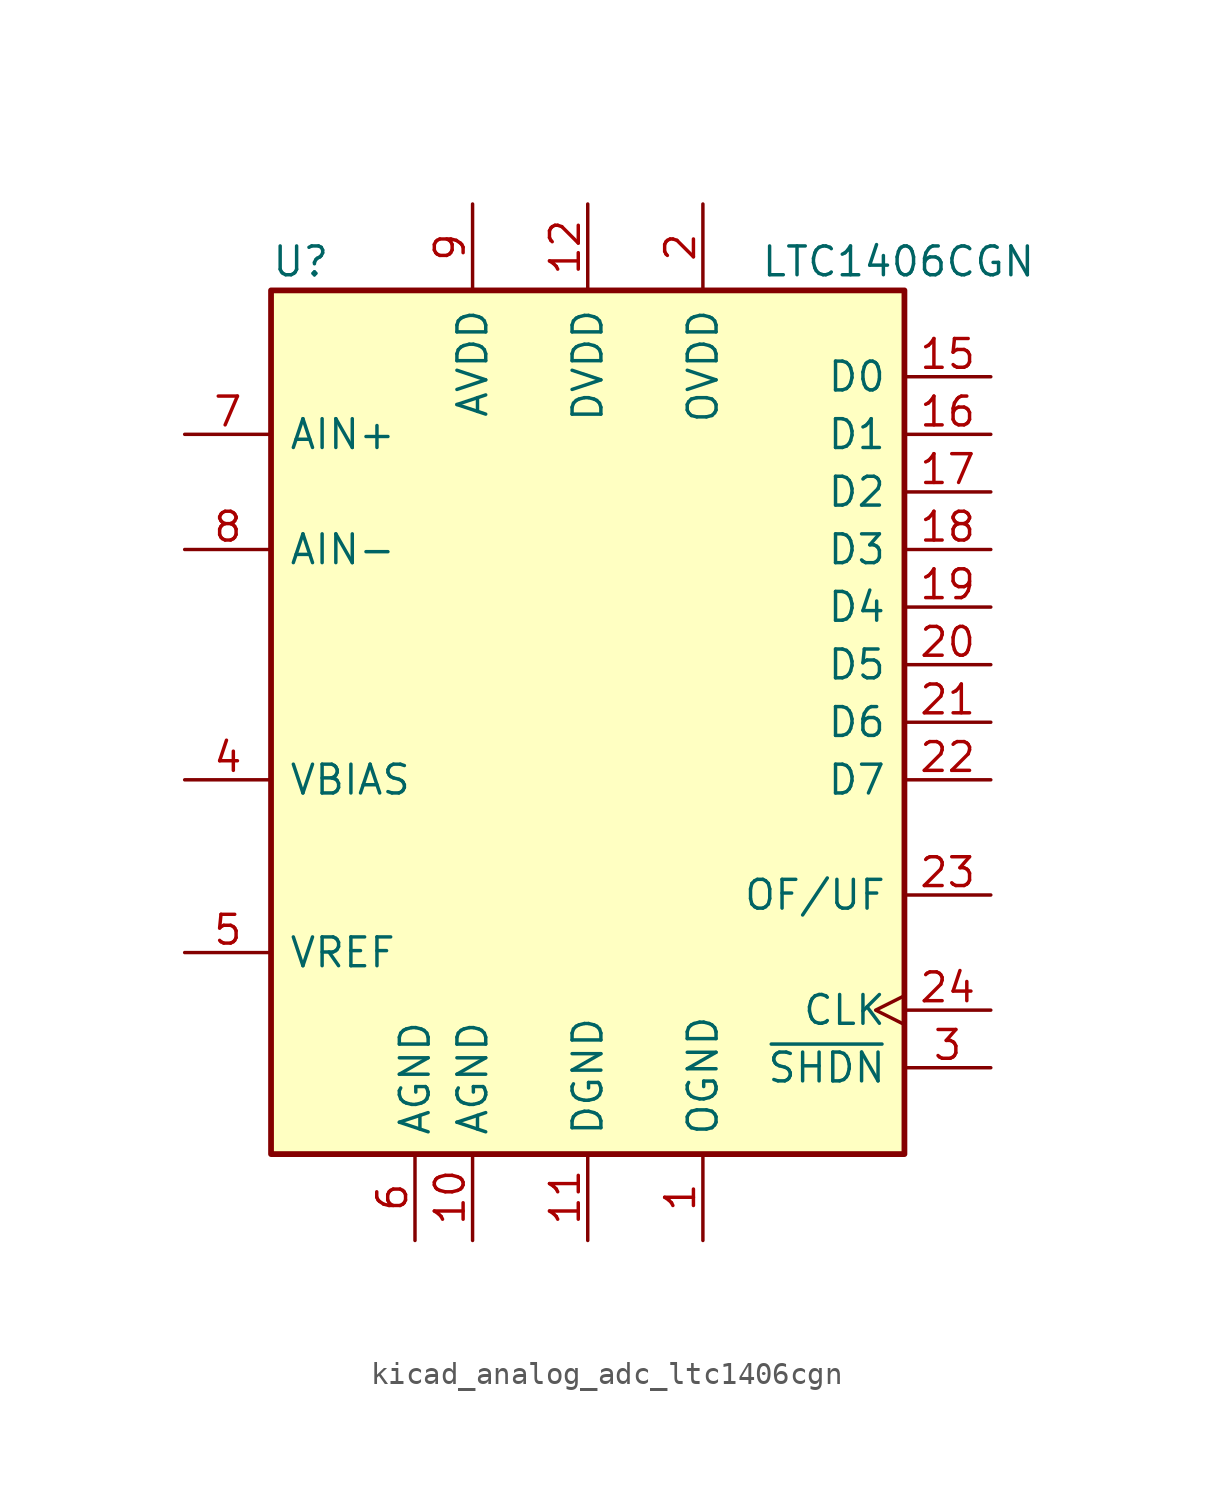
<source format=kicad_sym>
(kicad_symbol_lib
  (version 20220914)
  (generator kicad_symbol_editor)
  (symbol "kicad_analog_adc_ltc1406cgn"
    (pin_names
      (offset 0.762))
    (property "Reference" "U"
      (at -13.97 20.32 0)
      (effects (font (size 1.27 1.27)) (justify left)))
    (property "Value" "LTC1406CGN"
      (at 7.62 20.32 0)
      (effects (font (size 1.27 1.27)) (justify left)))
    (symbol "kicad_analog_adc_ltc1406cgn_0_1"
      (rectangle (start -13.97 -19.05) (end 13.97 19.05) (stroke (width 0.254) (type default)) (fill (type background))))
    (symbol "kicad_analog_adc_ltc1406cgn_1_1"
      (pin power_in line (at 5.08 -22.86 90) (length 3.81) (name "OGND" (effects (font (size 1.27 1.27)))) (number "1" (effects (font (size 1.27 1.27)))))
      (pin power_in line (at -5.08 -22.86 90) (length 3.81) (name "AGND" (effects (font (size 1.27 1.27)))) (number "10" (effects (font (size 1.27 1.27)))))
      (pin power_in line (at 0 -22.86 90) (length 3.81) (name "DGND" (effects (font (size 1.27 1.27)))) (number "11" (effects (font (size 1.27 1.27)))))
      (pin power_in line (at 0 22.86 270) (length 3.81) (name "DVDD" (effects (font (size 1.27 1.27)))) (number "12" (effects (font (size 1.27 1.27)))))
      (pin no_connect line (at 7.62 -19.05 90) (length 3.81) hide (name "NC" (effects (font (size 1.27 1.27)))) (number "13" (effects (font (size 1.27 1.27)))))
      (pin no_connect line (at 10.16 -19.05 90) (length 3.81) hide (name "NC" (effects (font (size 1.27 1.27)))) (number "14" (effects (font (size 1.27 1.27)))))
      (pin output line (at 17.78 15.24 180) (length 3.81) (name "D0" (effects (font (size 1.27 1.27)))) (number "15" (effects (font (size 1.27 1.27)))))
      (pin output line (at 17.78 12.7 180) (length 3.81) (name "D1" (effects (font (size 1.27 1.27)))) (number "16" (effects (font (size 1.27 1.27)))))
      (pin output line (at 17.78 10.16 180) (length 3.81) (name "D2" (effects (font (size 1.27 1.27)))) (number "17" (effects (font (size 1.27 1.27)))))
      (pin output line (at 17.78 7.62 180) (length 3.81) (name "D3" (effects (font (size 1.27 1.27)))) (number "18" (effects (font (size 1.27 1.27)))))
      (pin output line (at 17.78 5.08 180) (length 3.81) (name "D4" (effects (font (size 1.27 1.27)))) (number "19" (effects (font (size 1.27 1.27)))))
      (pin power_in line (at 5.08 22.86 270) (length 3.81) (name "OVDD" (effects (font (size 1.27 1.27)))) (number "2" (effects (font (size 1.27 1.27)))))
      (pin output line (at 17.78 2.54 180) (length 3.81) (name "D5" (effects (font (size 1.27 1.27)))) (number "20" (effects (font (size 1.27 1.27)))))
      (pin output line (at 17.78 0 180) (length 3.81) (name "D6" (effects (font (size 1.27 1.27)))) (number "21" (effects (font (size 1.27 1.27)))))
      (pin output line (at 17.78 -2.54 180) (length 3.81) (name "D7" (effects (font (size 1.27 1.27)))) (number "22" (effects (font (size 1.27 1.27)))))
      (pin output line (at 17.78 -7.62 180) (length 3.81) (name "OF/UF" (effects (font (size 1.27 1.27)))) (number "23" (effects (font (size 1.27 1.27)))))
      (pin input clock (at 17.78 -12.7 180) (length 3.81) (name "CLK" (effects (font (size 1.27 1.27)))) (number "24" (effects (font (size 1.27 1.27)))))
      (pin input line (at 17.78 -15.24 180) (length 3.81) (name "~{SHDN}" (effects (font (size 1.27 1.27)))) (number "3" (effects (font (size 1.27 1.27)))))
      (pin input line (at -17.78 -2.54 0) (length 3.81) (name "VBIAS" (effects (font (size 1.27 1.27)))) (number "4" (effects (font (size 1.27 1.27)))))
      (pin input line (at -17.78 -10.16 0) (length 3.81) (name "VREF" (effects (font (size 1.27 1.27)))) (number "5" (effects (font (size 1.27 1.27)))))
      (pin power_in line (at -7.62 -22.86 90) (length 3.81) (name "AGND" (effects (font (size 1.27 1.27)))) (number "6" (effects (font (size 1.27 1.27)))))
      (pin input line (at -17.78 12.7 0) (length 3.81) (name "AIN+" (effects (font (size 1.27 1.27)))) (number "7" (effects (font (size 1.27 1.27)))))
      (pin input line (at -17.78 7.62 0) (length 3.81) (name "AIN-" (effects (font (size 1.27 1.27)))) (number "8" (effects (font (size 1.27 1.27)))))
      (pin power_in line (at -5.08 22.86 270) (length 3.81) (name "AVDD" (effects (font (size 1.27 1.27)))) (number "9" (effects (font (size 1.27 1.27))))))))
</source>
